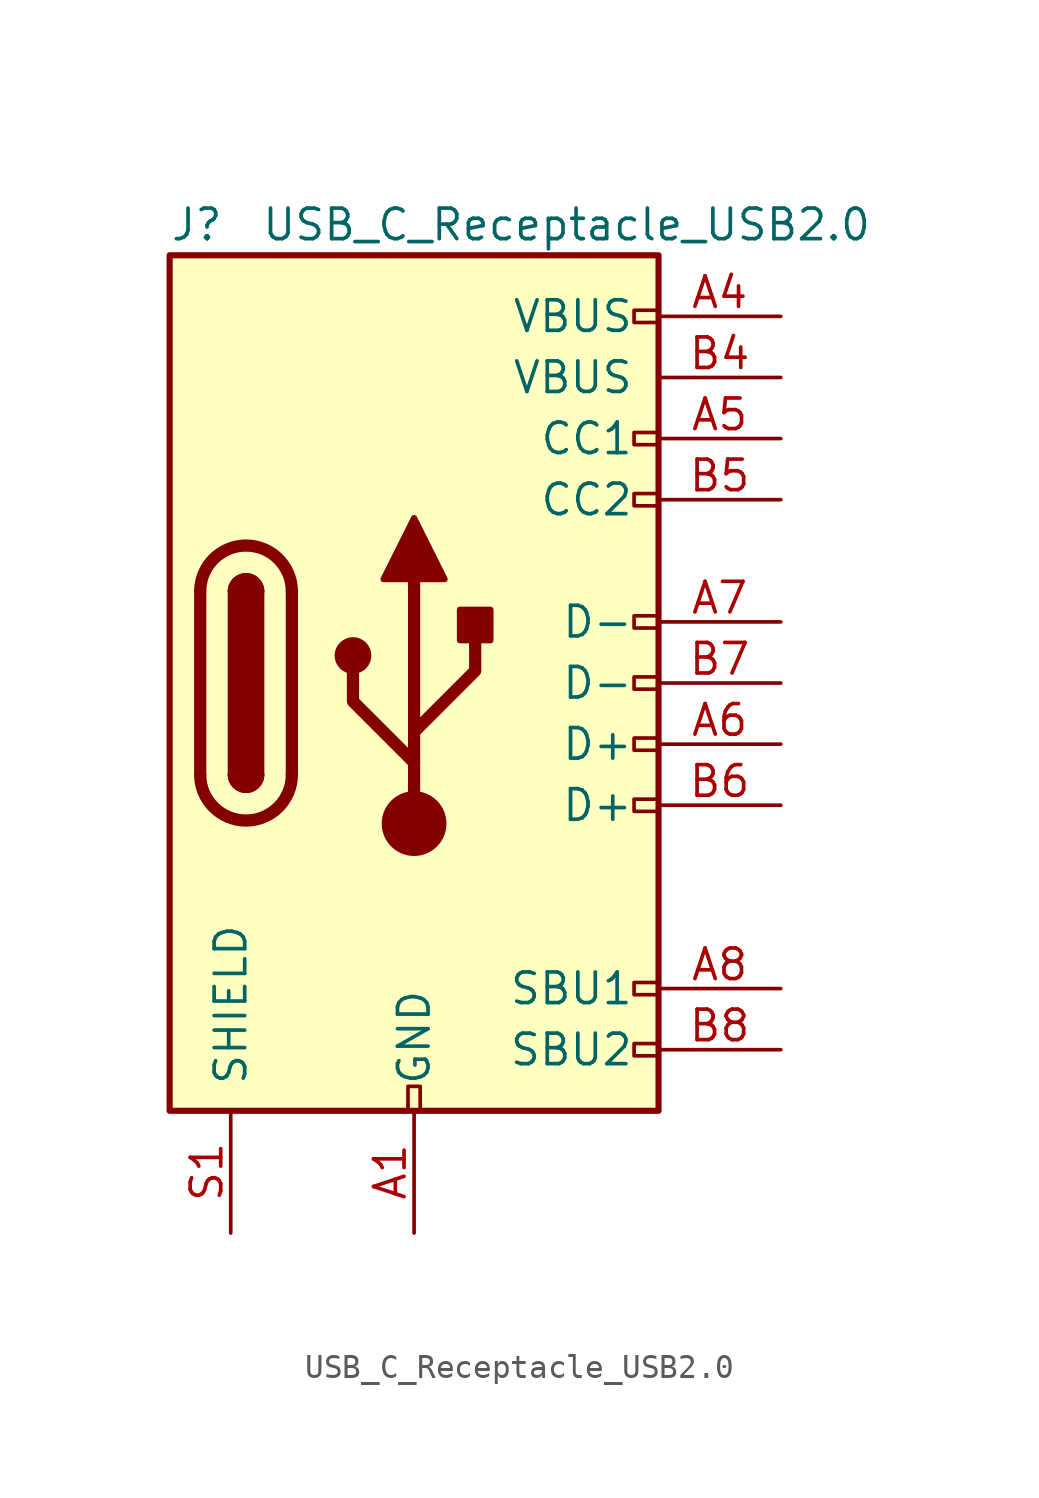
<source format=kicad_sym>
(kicad_symbol_lib
  (version 20231120)
  (generator "kicad_symbol_editor")
  (generator_version "8.0")
  (symbol "USB_C_Receptacle_USB2.0"
    (pin_names
      (offset 1.016))
    (property "Reference" "J"
      (at -10.16 19.05 0)
      (effects (font (size 1.27 1.27)) (justify left)))
    (property "Value" "USB_C_Receptacle_USB2.0"
      (at 19.05 19.05 0)
      (effects (font (size 1.27 1.27)) (justify right)))
    (symbol "USB_C_Receptacle_USB2.0_0_0"
      (rectangle (start -0.254 -17.78) (end 0.254 -16.764) (stroke (width 0) (type default)) (fill (type none)))
      (rectangle (start 10.16 -14.986) (end 9.144 -15.494) (stroke (width 0) (type default)) (fill (type none)))
      (rectangle (start 10.16 -12.446) (end 9.144 -12.954) (stroke (width 0) (type default)) (fill (type none)))
      (rectangle (start 10.16 -4.826) (end 9.144 -5.334) (stroke (width 0) (type default)) (fill (type none)))
      (rectangle (start 10.16 -2.286) (end 9.144 -2.794) (stroke (width 0) (type default)) (fill (type none)))
      (rectangle (start 10.16 0.254) (end 9.144 -0.254) (stroke (width 0) (type default)) (fill (type none)))
      (rectangle (start 10.16 2.794) (end 9.144 2.286) (stroke (width 0) (type default)) (fill (type none)))
      (rectangle (start 10.16 7.874) (end 9.144 7.366) (stroke (width 0) (type default)) (fill (type none)))
      (rectangle (start 10.16 10.414) (end 9.144 9.906) (stroke (width 0) (type default)) (fill (type none)))
      (rectangle (start 10.16 15.494) (end 9.144 14.986) (stroke (width 0) (type default)) (fill (type none))))
    (symbol "USB_C_Receptacle_USB2.0_0_1"
      (rectangle (start -10.16 17.78) (end 10.16 -17.78) (stroke (width 0.254) (type default)) (fill (type background)))
      (arc (start -8.89 -3.81) (mid -6.985 -5.7067) (end -5.08 -3.81) (stroke (width 0.508) (type default)) (fill (type none)))
      (arc (start -7.62 -3.81) (mid -6.985 -4.4423) (end -6.35 -3.81) (stroke (width 0.254) (type default)) (fill (type none)))
      (arc (start -7.62 -3.81) (mid -6.985 -4.4423) (end -6.35 -3.81) (stroke (width 0.254) (type default)) (fill (type outline)))
      (rectangle (start -7.62 -3.81) (end -6.35 3.81) (stroke (width 0.254) (type default)) (fill (type outline)))
      (arc (start -6.35 3.81) (mid -6.985 4.4423) (end -7.62 3.81) (stroke (width 0.254) (type default)) (fill (type none)))
      (arc (start -6.35 3.81) (mid -6.985 4.4423) (end -7.62 3.81) (stroke (width 0.254) (type default)) (fill (type outline)))
      (arc (start -5.08 3.81) (mid -6.985 5.7067) (end -8.89 3.81) (stroke (width 0.508) (type default)) (fill (type none)))
      (circle (center -2.54 1.143) (radius 0.635) (stroke (width 0.254) (type default)) (fill (type outline)))
      (circle (center 0 -5.842) (radius 1.27) (stroke (width 0) (type default)) (fill (type outline)))
      (polyline (pts (xy -8.89 -3.81) (xy -8.89 3.81)) (stroke (width 0.508) (type default)) (fill (type none)))
      (polyline (pts (xy -5.08 3.81) (xy -5.08 -3.81)) (stroke (width 0.508) (type default)) (fill (type none)))
      (polyline (pts (xy 0 -5.842) (xy 0 4.318)) (stroke (width 0.508) (type default)) (fill (type none)))
      (polyline (pts (xy 0 -3.302) (xy -2.54 -0.762) (xy -2.54 0.508)) (stroke (width 0.508) (type default)) (fill (type none)))
      (polyline (pts (xy 0 -2.032) (xy 2.54 0.508) (xy 2.54 1.778)) (stroke (width 0.508) (type default)) (fill (type none)))
      (polyline (pts (xy -1.27 4.318) (xy 0 6.858) (xy 1.27 4.318) (xy -1.27 4.318)) (stroke (width 0.254) (type default)) (fill (type outline)))
      (rectangle (start 1.905 1.778) (end 3.175 3.048) (stroke (width 0.254) (type default)) (fill (type outline))))
    (symbol "USB_C_Receptacle_USB2.0_1_1"
      (pin passive line (at 0 -22.86 90) (length 5.08) (name "GND" (effects (font (size 1.27 1.27)))) (number "A1" (effects (font (size 1.27 1.27)))))
      (pin passive line (at 15.24 15.24 180) (length 5.08) (name "VBUS" (effects (font (size 1.27 1.27)))) (number "A4" (effects (font (size 1.27 1.27)))))
      (pin bidirectional line (at 15.24 10.16 180) (length 5.08) (name "CC1" (effects (font (size 1.27 1.27)))) (number "A5" (effects (font (size 1.27 1.27)))))
      (pin bidirectional line (at 15.24 -2.54 180) (length 5.08) (name "D+" (effects (font (size 1.27 1.27)))) (number "A6" (effects (font (size 1.27 1.27)))))
      (pin bidirectional line (at 15.24 2.54 180) (length 5.08) (name "D-" (effects (font (size 1.27 1.27)))) (number "A7" (effects (font (size 1.27 1.27)))))
      (pin bidirectional line (at 15.24 -12.7 180) (length 5.08) (name "SBU1" (effects (font (size 1.27 1.27)))) (number "A8" (effects (font (size 1.27 1.27)))))
      (pin passive line (at 0 -22.86 90) (length 5.08) hide (name "GND" (effects (font (size 1.27 1.27)))) (number "B1" (effects (font (size 1.27 1.27)))))
      (pin passive line (at 15.24 12.7 180) (length 5.08) (name "VBUS" (effects (font (size 1.27 1.27)))) (number "B4" (effects (font (size 1.27 1.27)))))
      (pin bidirectional line (at 15.24 7.62 180) (length 5.08) (name "CC2" (effects (font (size 1.27 1.27)))) (number "B5" (effects (font (size 1.27 1.27)))))
      (pin bidirectional line (at 15.24 -5.08 180) (length 5.08) (name "D+" (effects (font (size 1.27 1.27)))) (number "B6" (effects (font (size 1.27 1.27)))))
      (pin bidirectional line (at 15.24 0 180) (length 5.08) (name "D-" (effects (font (size 1.27 1.27)))) (number "B7" (effects (font (size 1.27 1.27)))))
      (pin bidirectional line (at 15.24 -15.24 180) (length 5.08) (name "SBU2" (effects (font (size 1.27 1.27)))) (number "B8" (effects (font (size 1.27 1.27)))))
      (pin passive line (at -7.62 -22.86 90) (length 5.08) (name "SHIELD" (effects (font (size 1.27 1.27)))) (number "S1" (effects (font (size 1.27 1.27))))))))
</source>
